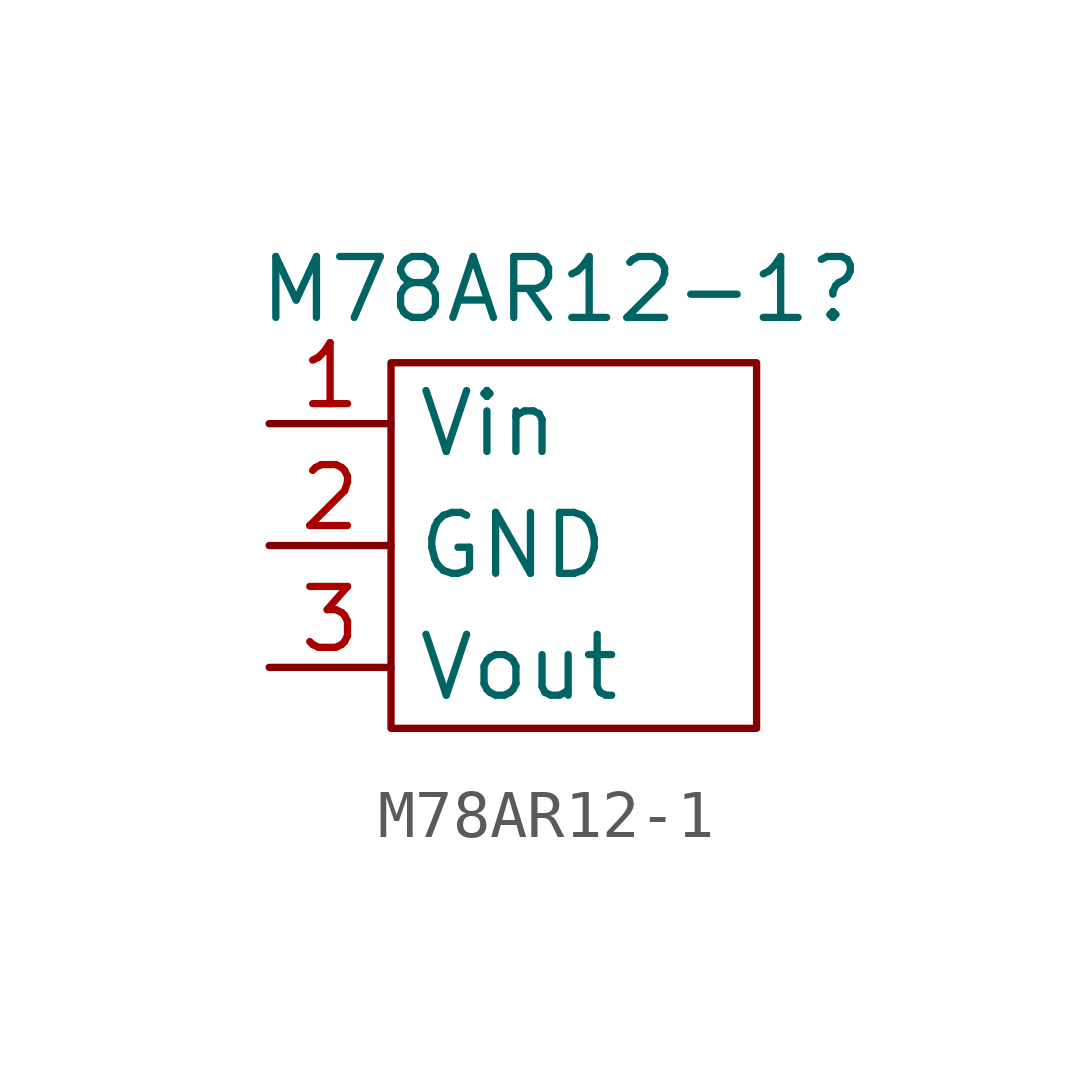
<source format=kicad_sym>
(kicad_symbol_lib
  (version 20231120)
  (generator "kicad_symbol_editor")
  (generator_version "8.0")
  (symbol "M78AR12-1"
    (property "Reference" "M78AR12-1"
      (at -0.254 5.334 0)
      (effects (font (size 1.27 1.27))))
    (property "Value" ""
      (at 0 0 0)
      (effects (font (size 1.27 1.27))))
    (symbol "M78AR12-1_0_1"
      (rectangle (start -3.81 3.81) (end 3.81 -3.81) (stroke (width 0) (type default)) (fill (type none))))
    (symbol "M78AR12-1_1_1"
      (pin input line (at -6.35 2.54 0) (length 2.54) (name "Vin" (effects (font (size 1.27 1.27)))) (number "1" (effects (font (size 1.27 1.27)))))
      (pin input line (at -6.35 0 0) (length 2.54) (name "GND" (effects (font (size 1.27 1.27)))) (number "2" (effects (font (size 1.27 1.27)))))
      (pin output line (at -6.35 -2.54 0) (length 2.54) (name "Vout" (effects (font (size 1.27 1.27)))) (number "3" (effects (font (size 1.27 1.27))))))))
</source>
